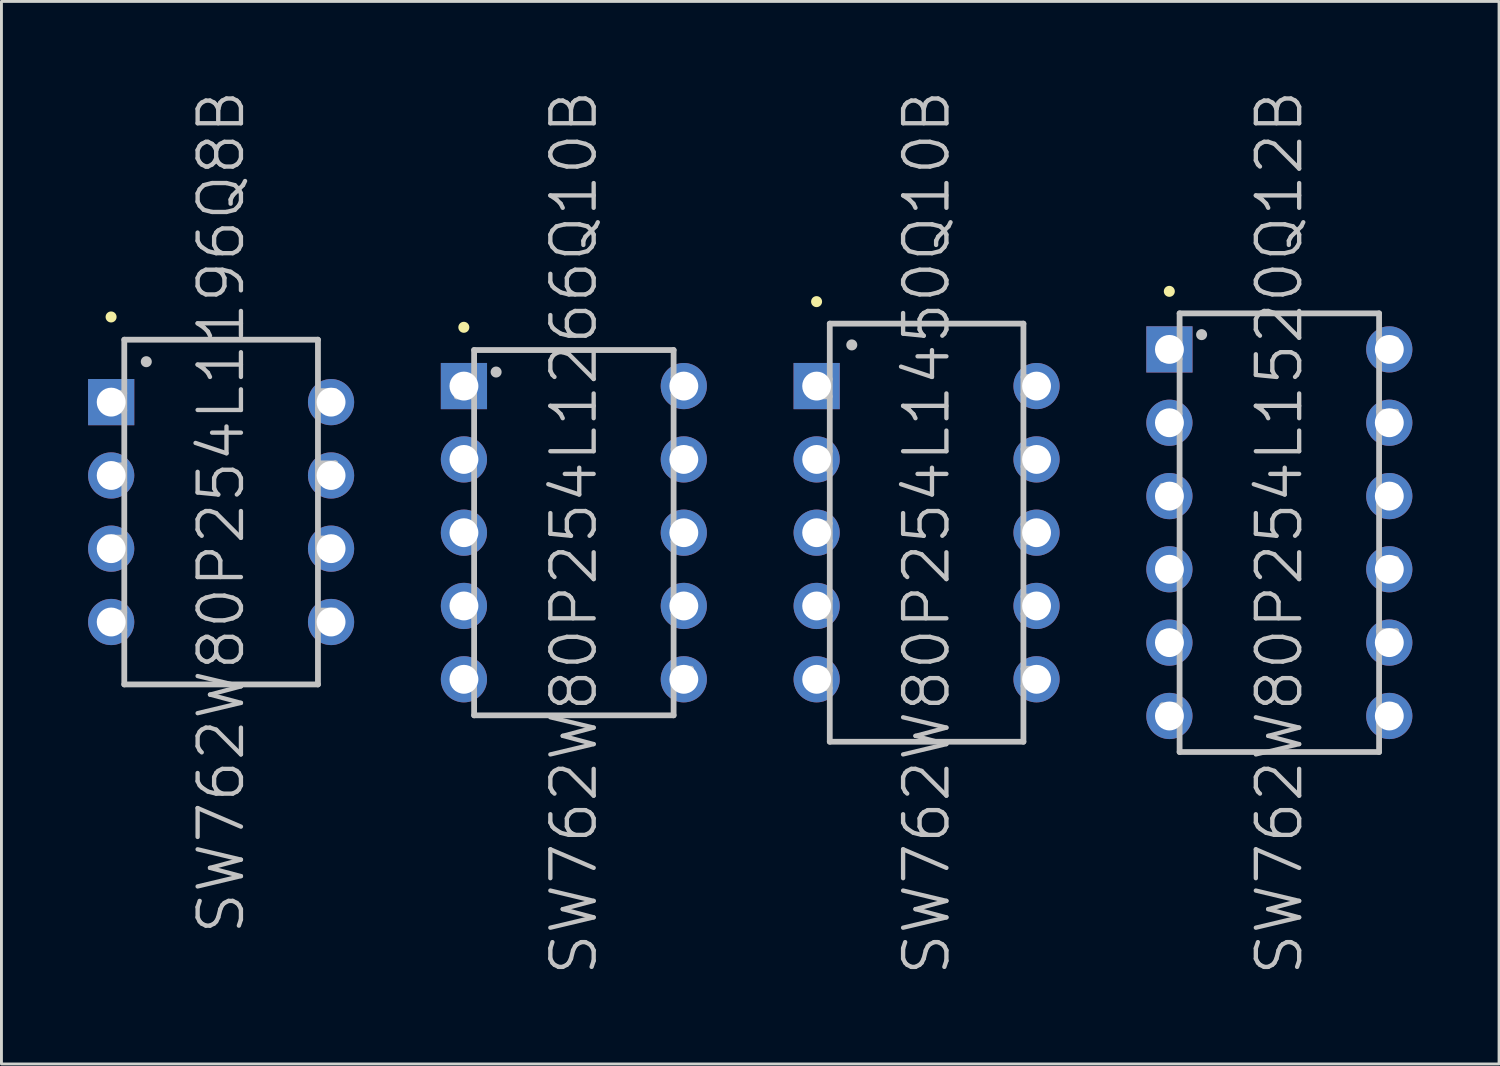
<source format=kicad_pcb>
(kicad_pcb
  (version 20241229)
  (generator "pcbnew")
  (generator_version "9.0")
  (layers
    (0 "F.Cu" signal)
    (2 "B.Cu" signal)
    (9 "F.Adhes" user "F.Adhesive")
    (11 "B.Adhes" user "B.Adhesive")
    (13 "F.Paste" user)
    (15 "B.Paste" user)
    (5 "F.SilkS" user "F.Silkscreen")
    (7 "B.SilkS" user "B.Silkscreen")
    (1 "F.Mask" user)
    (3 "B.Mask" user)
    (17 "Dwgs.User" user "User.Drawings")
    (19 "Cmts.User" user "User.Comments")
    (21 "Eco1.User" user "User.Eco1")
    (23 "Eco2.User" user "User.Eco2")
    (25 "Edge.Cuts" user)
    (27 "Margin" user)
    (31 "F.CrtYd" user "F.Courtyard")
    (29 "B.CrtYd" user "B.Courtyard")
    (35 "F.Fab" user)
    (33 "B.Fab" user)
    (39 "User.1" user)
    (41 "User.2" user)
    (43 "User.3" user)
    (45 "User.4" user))
  (footprint "SW762W80P254L1520Q12B"
    (layer "F.Cu")
    (at 41.252 15.396)
    (property "Reference" "SW762W80P254L1520Q12B" (at 0 0 90) (layer "Dwgs.User") (effects (font (size 1.5 1.5) (thickness 0.15))))
    (attr through_hole)
    (fp_line (start -3.81 -8.357) (end -3.81 -8.357) (stroke (width 0.381) (type solid)) (layer "F.SilkS"))
    (fp_line (start -4.056 -4.12) (end -4.056 -3.52) (stroke (width 0.2) (type solid)) (layer "Dwgs.User"))
    (fp_line (start -4.056 -3.52) (end -3.457 -3.52) (stroke (width 0.2) (type solid)) (layer "Dwgs.User"))
    (fp_line (start -4.056 -1.618) (end -4.056 -1.019) (stroke (width 0.2) (type solid)) (layer "Dwgs.User"))
    (fp_line (start -4.056 -1.019) (end -3.457 -1.019) (stroke (width 0.2) (type solid)) (layer "Dwgs.User"))
    (fp_line (start -4.056 3.48) (end -4.056 4.079) (stroke (width 0.2) (type solid)) (layer "Dwgs.User"))
    (fp_line (start -4.056 4.079) (end -3.457 4.079) (stroke (width 0.2) (type solid)) (layer "Dwgs.User"))
    (fp_line (start -4.056 5.982) (end -4.056 6.581) (stroke (width 0.2) (type solid)) (layer "Dwgs.User"))
    (fp_line (start -4.056 6.581) (end -3.457 6.581) (stroke (width 0.2) (type solid)) (layer "Dwgs.User"))
    (fp_line (start -4.054 -6.619) (end -4.054 -6.02) (stroke (width 0.2) (type solid)) (layer "Dwgs.User"))
    (fp_line (start -4.054 -6.02) (end -3.454 -6.02) (stroke (width 0.2) (type solid)) (layer "Dwgs.User"))
    (fp_line (start -4.054 0.98) (end -4.054 1.58) (stroke (width 0.2) (type solid)) (layer "Dwgs.User"))
    (fp_line (start -4.054 1.58) (end -3.454 1.58) (stroke (width 0.2) (type solid)) (layer "Dwgs.User"))
    (fp_line (start -3.457 -4.12) (end -4.056 -4.12) (stroke (width 0.2) (type solid)) (layer "Dwgs.User"))
    (fp_line (start -3.457 -1.618) (end -4.056 -1.618) (stroke (width 0.2) (type solid)) (layer "Dwgs.User"))
    (fp_line (start -3.457 3.48) (end -4.056 3.48) (stroke (width 0.2) (type solid)) (layer "Dwgs.User"))
    (fp_line (start -3.457 5.982) (end -4.056 5.982) (stroke (width 0.2) (type solid)) (layer "Dwgs.User"))
    (fp_line (start -3.454 -7.595) (end -3.454 7.595) (stroke (width 0.2) (type solid)) (layer "Dwgs.User"))
    (fp_line (start -3.454 -7.595) (end 3.454 -7.595) (stroke (width 0.2) (type solid)) (layer "Dwgs.User"))
    (fp_line (start -3.454 -6.619) (end -4.054 -6.619) (stroke (width 0.2) (type solid)) (layer "Dwgs.User"))
    (fp_line (start -3.454 0.98) (end -4.054 0.98) (stroke (width 0.2) (type solid)) (layer "Dwgs.User"))
    (fp_line (start -3.454 7.595) (end 3.454 7.595) (stroke (width 0.2) (type solid)) (layer "Dwgs.User"))
    (fp_line (start -2.692 -6.858) (end -2.692 -6.858) (stroke (width 0.381) (type solid)) (layer "Dwgs.User"))
    (fp_line (start 3.452 -6.086) (end 4.051 -6.086) (stroke (width 0.2) (type solid)) (layer "Dwgs.User"))
    (fp_line (start 3.452 -3.586) (end 4.051 -3.586) (stroke (width 0.2) (type solid)) (layer "Dwgs.User"))
    (fp_line (start 3.452 -0.986) (end 4.051 -0.986) (stroke (width 0.2) (type solid)) (layer "Dwgs.User"))
    (fp_line (start 3.452 1.514) (end 4.051 1.514) (stroke (width 0.2) (type solid)) (layer "Dwgs.User"))
    (fp_line (start 3.452 4.013) (end 4.051 4.013) (stroke (width 0.2) (type solid)) (layer "Dwgs.User"))
    (fp_line (start 3.452 6.614) (end 4.051 6.614) (stroke (width 0.2) (type solid)) (layer "Dwgs.User"))
    (fp_line (start 3.454 -7.595) (end 3.454 7.595) (stroke (width 0.2) (type solid)) (layer "Dwgs.User"))
    (fp_line (start 4.051 -6.685) (end 3.452 -6.685) (stroke (width 0.2) (type solid)) (layer "Dwgs.User"))
    (fp_line (start 4.051 -6.086) (end 4.051 -6.685) (stroke (width 0.2) (type solid)) (layer "Dwgs.User"))
    (fp_line (start 4.051 -4.186) (end 3.452 -4.186) (stroke (width 0.2) (type solid)) (layer "Dwgs.User"))
    (fp_line (start 4.051 -3.586) (end 4.051 -4.186) (stroke (width 0.2) (type solid)) (layer "Dwgs.User"))
    (fp_line (start 4.051 -1.585) (end 3.452 -1.585) (stroke (width 0.2) (type solid)) (layer "Dwgs.User"))
    (fp_line (start 4.051 -0.986) (end 4.051 -1.585) (stroke (width 0.2) (type solid)) (layer "Dwgs.User"))
    (fp_line (start 4.051 0.914) (end 3.452 0.914) (stroke (width 0.2) (type solid)) (layer "Dwgs.User"))
    (fp_line (start 4.051 1.514) (end 4.051 0.914) (stroke (width 0.2) (type solid)) (layer "Dwgs.User"))
    (fp_line (start 4.051 3.414) (end 3.452 3.414) (stroke (width 0.2) (type solid)) (layer "Dwgs.User"))
    (fp_line (start 4.051 4.013) (end 4.051 3.414) (stroke (width 0.2) (type solid)) (layer "Dwgs.User"))
    (fp_line (start 4.051 6.015) (end 3.452 6.015) (stroke (width 0.2) (type solid)) (layer "Dwgs.User"))
    (fp_line (start 4.051 6.614) (end 4.051 6.015) (stroke (width 0.2) (type solid)) (layer "Dwgs.User"))
    (pad "1" thru_hole rect (at -3.807 -6.347 180) (size 1.6 1.6) (drill 1) (layers "*.Cu" "*.Mask"))
    (pad "2" thru_hole circle (at -3.807 -3.807 180) (size 1.6 1.6) (drill 1) (layers "*.Cu" "*.Mask"))
    (pad "3" thru_hole circle (at -3.807 -1.267 180) (size 1.6 1.6) (drill 1) (layers "*.Cu" "*.Mask"))
    (pad "4" thru_hole circle (at -3.807 1.267 180) (size 1.6 1.6) (drill 1) (layers "*.Cu" "*.Mask"))
    (pad "5" thru_hole circle (at -3.807 3.807 180) (size 1.6 1.6) (drill 1) (layers "*.Cu" "*.Mask"))
    (pad "6" thru_hole circle (at -3.807 6.347 180) (size 1.6 1.6) (drill 1) (layers "*.Cu" "*.Mask"))
    (pad "7" thru_hole circle (at 3.807 6.347 180) (size 1.6 1.6) (drill 1) (layers "*.Cu" "*.Mask"))
    (pad "8" thru_hole circle (at 3.807 3.807 180) (size 1.6 1.6) (drill 1) (layers "*.Cu" "*.Mask"))
    (pad "9" thru_hole circle (at 3.807 1.267 180) (size 1.6 1.6) (drill 1) (layers "*.Cu" "*.Mask"))
    (pad "10" thru_hole circle (at 3.807 -1.267 180) (size 1.6 1.6) (drill 1) (layers "*.Cu" "*.Mask"))
    (pad "11" thru_hole circle (at 3.807 -3.807 180) (size 1.6 1.6) (drill 1) (layers "*.Cu" "*.Mask"))
    (pad "12" thru_hole circle (at 3.807 -6.347 180) (size 1.6 1.6) (drill 1) (layers "*.Cu" "*.Mask")))
  (footprint "SW762W80P254L1196Q8B"
    (layer "F.Cu")
    (at 4.607 14.682)
    (property "Reference" "SW762W80P254L1196Q8B" (at 0 0 90) (layer "Dwgs.User") (effects (font (size 1.5 1.5) (thickness 0.15))))
    (attr through_hole)
    (fp_line (start -3.81 -6.756) (end -3.81 -6.756) (stroke (width 0.381) (type solid)) (layer "F.SilkS"))
    (fp_line (start -3.955 -1.618) (end -3.955 -1.019) (stroke (width 0.2) (type solid)) (layer "Dwgs.User"))
    (fp_line (start -3.955 -1.019) (end -3.355 -1.019) (stroke (width 0.2) (type solid)) (layer "Dwgs.User"))
    (fp_line (start -3.955 0.884) (end -3.955 1.483) (stroke (width 0.2) (type solid)) (layer "Dwgs.User"))
    (fp_line (start -3.955 1.483) (end -3.355 1.483) (stroke (width 0.2) (type solid)) (layer "Dwgs.User"))
    (fp_line (start -3.952 -4.117) (end -3.952 -3.518) (stroke (width 0.2) (type solid)) (layer "Dwgs.User"))
    (fp_line (start -3.952 -3.518) (end -3.353 -3.518) (stroke (width 0.2) (type solid)) (layer "Dwgs.User"))
    (fp_line (start -3.952 3.482) (end -3.952 4.082) (stroke (width 0.2) (type solid)) (layer "Dwgs.User"))
    (fp_line (start -3.952 4.082) (end -3.353 4.082) (stroke (width 0.2) (type solid)) (layer "Dwgs.User"))
    (fp_line (start -3.355 -1.618) (end -3.955 -1.618) (stroke (width 0.2) (type solid)) (layer "Dwgs.User"))
    (fp_line (start -3.355 0.884) (end -3.955 0.884) (stroke (width 0.2) (type solid)) (layer "Dwgs.User"))
    (fp_line (start -3.353 -5.969) (end -3.353 5.969) (stroke (width 0.2) (type solid)) (layer "Dwgs.User"))
    (fp_line (start -3.353 -5.969) (end 3.353 -5.969) (stroke (width 0.2) (type solid)) (layer "Dwgs.User"))
    (fp_line (start -3.353 -4.117) (end -3.952 -4.117) (stroke (width 0.2) (type solid)) (layer "Dwgs.User"))
    (fp_line (start -3.353 3.482) (end -3.952 3.482) (stroke (width 0.2) (type solid)) (layer "Dwgs.User"))
    (fp_line (start -3.353 5.969) (end 3.353 5.969) (stroke (width 0.2) (type solid)) (layer "Dwgs.User"))
    (fp_line (start -2.591 -5.207) (end -2.591 -5.207) (stroke (width 0.381) (type solid)) (layer "Dwgs.User"))
    (fp_line (start 3.353 -5.969) (end 3.353 5.969) (stroke (width 0.2) (type solid)) (layer "Dwgs.User"))
    (fp_line (start 3.353 -3.586) (end 3.952 -3.586) (stroke (width 0.2) (type solid)) (layer "Dwgs.User"))
    (fp_line (start 3.353 -1.087) (end 3.952 -1.087) (stroke (width 0.2) (type solid)) (layer "Dwgs.User"))
    (fp_line (start 3.353 1.514) (end 3.952 1.514) (stroke (width 0.2) (type solid)) (layer "Dwgs.User"))
    (fp_line (start 3.353 4.013) (end 3.952 4.013) (stroke (width 0.2) (type solid)) (layer "Dwgs.User"))
    (fp_line (start 3.952 -4.186) (end 3.353 -4.186) (stroke (width 0.2) (type solid)) (layer "Dwgs.User"))
    (fp_line (start 3.952 -3.586) (end 3.952 -4.186) (stroke (width 0.2) (type solid)) (layer "Dwgs.User"))
    (fp_line (start 3.952 -1.687) (end 3.353 -1.687) (stroke (width 0.2) (type solid)) (layer "Dwgs.User"))
    (fp_line (start 3.952 -1.087) (end 3.952 -1.687) (stroke (width 0.2) (type solid)) (layer "Dwgs.User"))
    (fp_line (start 3.952 0.914) (end 3.353 0.914) (stroke (width 0.2) (type solid)) (layer "Dwgs.User"))
    (fp_line (start 3.952 1.514) (end 3.952 0.914) (stroke (width 0.2) (type solid)) (layer "Dwgs.User"))
    (fp_line (start 3.952 3.414) (end 3.353 3.414) (stroke (width 0.2) (type solid)) (layer "Dwgs.User"))
    (fp_line (start 3.952 4.013) (end 3.952 3.414) (stroke (width 0.2) (type solid)) (layer "Dwgs.User"))
    (pad "1" thru_hole rect (at -3.807 -3.807 180) (size 1.6 1.6) (drill 1) (layers "*.Cu" "*.Mask"))
    (pad "2" thru_hole circle (at -3.807 -1.267 180) (size 1.6 1.6) (drill 1) (layers "*.Cu" "*.Mask"))
    (pad "3" thru_hole circle (at -3.807 1.267 180) (size 1.6 1.6) (drill 1) (layers "*.Cu" "*.Mask"))
    (pad "4" thru_hole circle (at -3.807 3.807 180) (size 1.6 1.6) (drill 1) (layers "*.Cu" "*.Mask"))
    (pad "5" thru_hole circle (at 3.807 3.807 180) (size 1.6 1.6) (drill 1) (layers "*.Cu" "*.Mask"))
    (pad "6" thru_hole circle (at 3.807 1.267 180) (size 1.6 1.6) (drill 1) (layers "*.Cu" "*.Mask"))
    (pad "7" thru_hole circle (at 3.807 -1.267 180) (size 1.6 1.6) (drill 1) (layers "*.Cu" "*.Mask"))
    (pad "8" thru_hole circle (at 3.807 -3.807 180) (size 1.6 1.6) (drill 1) (layers "*.Cu" "*.Mask")))
  (footprint "SW762W80P254L1450Q10B"
    (layer "F.Cu")
    (at 29.037 15.396)
    (property "Reference" "SW762W80P254L1450Q10B" (at 0 0 90) (layer "Dwgs.User") (effects (font (size 1.5 1.5) (thickness 0.15))))
    (attr through_hole)
    (fp_line (start -3.81 -8.001) (end -3.81 -8.001) (stroke (width 0.381) (type solid)) (layer "F.SilkS"))
    (fp_line (start -3.955 -2.819) (end -3.955 -2.22) (stroke (width 0.2) (type solid)) (layer "Dwgs.User"))
    (fp_line (start -3.955 -2.22) (end -3.355 -2.22) (stroke (width 0.2) (type solid)) (layer "Dwgs.User"))
    (fp_line (start -3.955 -0.318) (end -3.955 0.282) (stroke (width 0.2) (type solid)) (layer "Dwgs.User"))
    (fp_line (start -3.955 0.282) (end -3.355 0.282) (stroke (width 0.2) (type solid)) (layer "Dwgs.User"))
    (fp_line (start -3.955 4.78) (end -3.955 5.38) (stroke (width 0.2) (type solid)) (layer "Dwgs.User"))
    (fp_line (start -3.955 5.38) (end -3.355 5.38) (stroke (width 0.2) (type solid)) (layer "Dwgs.User"))
    (fp_line (start -3.952 -5.319) (end -3.952 -4.719) (stroke (width 0.2) (type solid)) (layer "Dwgs.User"))
    (fp_line (start -3.952 -4.719) (end -3.353 -4.719) (stroke (width 0.2) (type solid)) (layer "Dwgs.User"))
    (fp_line (start -3.952 2.281) (end -3.952 2.88) (stroke (width 0.2) (type solid)) (layer "Dwgs.User"))
    (fp_line (start -3.952 2.88) (end -3.353 2.88) (stroke (width 0.2) (type solid)) (layer "Dwgs.User"))
    (fp_line (start -3.355 -2.819) (end -3.955 -2.819) (stroke (width 0.2) (type solid)) (layer "Dwgs.User"))
    (fp_line (start -3.355 -0.318) (end -3.955 -0.318) (stroke (width 0.2) (type solid)) (layer "Dwgs.User"))
    (fp_line (start -3.355 4.78) (end -3.955 4.78) (stroke (width 0.2) (type solid)) (layer "Dwgs.User"))
    (fp_line (start -3.353 -7.239) (end -3.353 7.239) (stroke (width 0.2) (type solid)) (layer "Dwgs.User"))
    (fp_line (start -3.353 -7.239) (end 3.353 -7.239) (stroke (width 0.2) (type solid)) (layer "Dwgs.User"))
    (fp_line (start -3.353 -5.319) (end -3.952 -5.319) (stroke (width 0.2) (type solid)) (layer "Dwgs.User"))
    (fp_line (start -3.353 2.281) (end -3.952 2.281) (stroke (width 0.2) (type solid)) (layer "Dwgs.User"))
    (fp_line (start -3.353 7.239) (end 3.353 7.239) (stroke (width 0.2) (type solid)) (layer "Dwgs.User"))
    (fp_line (start -2.591 -6.502) (end -2.591 -6.502) (stroke (width 0.381) (type solid)) (layer "Dwgs.User"))
    (fp_line (start 3.353 -7.239) (end 3.353 7.239) (stroke (width 0.2) (type solid)) (layer "Dwgs.User"))
    (fp_line (start 3.353 -4.788) (end 3.952 -4.788) (stroke (width 0.2) (type solid)) (layer "Dwgs.User"))
    (fp_line (start 3.353 -2.289) (end 3.952 -2.289) (stroke (width 0.2) (type solid)) (layer "Dwgs.User"))
    (fp_line (start 3.353 0.312) (end 3.952 0.312) (stroke (width 0.2) (type solid)) (layer "Dwgs.User"))
    (fp_line (start 3.353 2.812) (end 3.952 2.812) (stroke (width 0.2) (type solid)) (layer "Dwgs.User"))
    (fp_line (start 3.353 5.311) (end 3.952 5.311) (stroke (width 0.2) (type solid)) (layer "Dwgs.User"))
    (fp_line (start 3.952 -5.387) (end 3.353 -5.387) (stroke (width 0.2) (type solid)) (layer "Dwgs.User"))
    (fp_line (start 3.952 -4.788) (end 3.952 -5.387) (stroke (width 0.2) (type solid)) (layer "Dwgs.User"))
    (fp_line (start 3.952 -2.888) (end 3.353 -2.888) (stroke (width 0.2) (type solid)) (layer "Dwgs.User"))
    (fp_line (start 3.952 -2.289) (end 3.952 -2.888) (stroke (width 0.2) (type solid)) (layer "Dwgs.User"))
    (fp_line (start 3.952 -0.287) (end 3.353 -0.287) (stroke (width 0.2) (type solid)) (layer "Dwgs.User"))
    (fp_line (start 3.952 0.312) (end 3.952 -0.287) (stroke (width 0.2) (type solid)) (layer "Dwgs.User"))
    (fp_line (start 3.952 2.212) (end 3.353 2.212) (stroke (width 0.2) (type solid)) (layer "Dwgs.User"))
    (fp_line (start 3.952 2.812) (end 3.952 2.212) (stroke (width 0.2) (type solid)) (layer "Dwgs.User"))
    (fp_line (start 3.952 4.712) (end 3.353 4.712) (stroke (width 0.2) (type solid)) (layer "Dwgs.User"))
    (fp_line (start 3.952 5.311) (end 3.952 4.712) (stroke (width 0.2) (type solid)) (layer "Dwgs.User"))
    (pad "1" thru_hole rect (at -3.807 -5.077 180) (size 1.6 1.6) (drill 1) (layers "*.Cu" "*.Mask"))
    (pad "2" thru_hole circle (at -3.807 -2.537 180) (size 1.6 1.6) (drill 1) (layers "*.Cu" "*.Mask"))
    (pad "3" thru_hole circle (at -3.807 0 180) (size 1.6 1.6) (drill 1) (layers "*.Cu" "*.Mask"))
    (pad "4" thru_hole circle (at -3.807 2.537 180) (size 1.6 1.6) (drill 1) (layers "*.Cu" "*.Mask"))
    (pad "5" thru_hole circle (at -3.807 5.077 180) (size 1.6 1.6) (drill 1) (layers "*.Cu" "*.Mask"))
    (pad "6" thru_hole circle (at 3.807 5.077 180) (size 1.6 1.6) (drill 1) (layers "*.Cu" "*.Mask"))
    (pad "7" thru_hole circle (at 3.807 2.537 180) (size 1.6 1.6) (drill 1) (layers "*.Cu" "*.Mask"))
    (pad "8" thru_hole circle (at 3.807 0 180) (size 1.6 1.6) (drill 1) (layers "*.Cu" "*.Mask"))
    (pad "9" thru_hole circle (at 3.807 -2.537 180) (size 1.6 1.6) (drill 1) (layers "*.Cu" "*.Mask"))
    (pad "10" thru_hole circle (at 3.807 -5.077 180) (size 1.6 1.6) (drill 1) (layers "*.Cu" "*.Mask")))
  (footprint "SW762W80P254L1266Q10B"
    (layer "F.Cu")
    (at 16.822 15.396)
    (property "Reference" "SW762W80P254L1266Q10B" (at 0 0 90) (layer "Dwgs.User") (effects (font (size 1.5 1.5) (thickness 0.15))))
    (attr through_hole)
    (fp_line (start -3.81 -7.112) (end -3.81 -7.112) (stroke (width 0.381) (type solid)) (layer "F.SilkS"))
    (fp_line (start -4.056 -2.819) (end -4.056 -2.22) (stroke (width 0.2) (type solid)) (layer "Dwgs.User"))
    (fp_line (start -4.056 -2.22) (end -3.457 -2.22) (stroke (width 0.2) (type solid)) (layer "Dwgs.User"))
    (fp_line (start -4.056 -0.318) (end -4.056 0.282) (stroke (width 0.2) (type solid)) (layer "Dwgs.User"))
    (fp_line (start -4.056 0.282) (end -3.457 0.282) (stroke (width 0.2) (type solid)) (layer "Dwgs.User"))
    (fp_line (start -4.056 4.78) (end -4.056 5.38) (stroke (width 0.2) (type solid)) (layer "Dwgs.User"))
    (fp_line (start -4.056 5.38) (end -3.457 5.38) (stroke (width 0.2) (type solid)) (layer "Dwgs.User"))
    (fp_line (start -4.054 -5.319) (end -4.054 -4.719) (stroke (width 0.2) (type solid)) (layer "Dwgs.User"))
    (fp_line (start -4.054 -4.719) (end -3.454 -4.719) (stroke (width 0.2) (type solid)) (layer "Dwgs.User"))
    (fp_line (start -4.054 2.281) (end -4.054 2.88) (stroke (width 0.2) (type solid)) (layer "Dwgs.User"))
    (fp_line (start -4.054 2.88) (end -3.454 2.88) (stroke (width 0.2) (type solid)) (layer "Dwgs.User"))
    (fp_line (start -3.457 -2.819) (end -4.056 -2.819) (stroke (width 0.2) (type solid)) (layer "Dwgs.User"))
    (fp_line (start -3.457 -0.318) (end -4.056 -0.318) (stroke (width 0.2) (type solid)) (layer "Dwgs.User"))
    (fp_line (start -3.457 4.78) (end -4.056 4.78) (stroke (width 0.2) (type solid)) (layer "Dwgs.User"))
    (fp_line (start -3.454 -6.325) (end -3.454 6.325) (stroke (width 0.2) (type solid)) (layer "Dwgs.User"))
    (fp_line (start -3.454 -6.325) (end 3.454 -6.325) (stroke (width 0.2) (type solid)) (layer "Dwgs.User"))
    (fp_line (start -3.454 -5.319) (end -4.054 -5.319) (stroke (width 0.2) (type solid)) (layer "Dwgs.User"))
    (fp_line (start -3.454 2.281) (end -4.054 2.281) (stroke (width 0.2) (type solid)) (layer "Dwgs.User"))
    (fp_line (start -3.454 6.325) (end 3.454 6.325) (stroke (width 0.2) (type solid)) (layer "Dwgs.User"))
    (fp_line (start -2.692 -5.563) (end -2.692 -5.563) (stroke (width 0.381) (type solid)) (layer "Dwgs.User"))
    (fp_line (start 3.452 -4.788) (end 4.051 -4.788) (stroke (width 0.2) (type solid)) (layer "Dwgs.User"))
    (fp_line (start 3.452 -2.289) (end 4.051 -2.289) (stroke (width 0.2) (type solid)) (layer "Dwgs.User"))
    (fp_line (start 3.452 0.312) (end 4.051 0.312) (stroke (width 0.2) (type solid)) (layer "Dwgs.User"))
    (fp_line (start 3.452 2.812) (end 4.051 2.812) (stroke (width 0.2) (type solid)) (layer "Dwgs.User"))
    (fp_line (start 3.452 5.311) (end 4.051 5.311) (stroke (width 0.2) (type solid)) (layer "Dwgs.User"))
    (fp_line (start 3.454 -6.325) (end 3.454 6.325) (stroke (width 0.2) (type solid)) (layer "Dwgs.User"))
    (fp_line (start 4.051 -5.387) (end 3.452 -5.387) (stroke (width 0.2) (type solid)) (layer "Dwgs.User"))
    (fp_line (start 4.051 -4.788) (end 4.051 -5.387) (stroke (width 0.2) (type solid)) (layer "Dwgs.User"))
    (fp_line (start 4.051 -2.888) (end 3.452 -2.888) (stroke (width 0.2) (type solid)) (layer "Dwgs.User"))
    (fp_line (start 4.051 -2.289) (end 4.051 -2.888) (stroke (width 0.2) (type solid)) (layer "Dwgs.User"))
    (fp_line (start 4.051 -0.287) (end 3.452 -0.287) (stroke (width 0.2) (type solid)) (layer "Dwgs.User"))
    (fp_line (start 4.051 0.312) (end 4.051 -0.287) (stroke (width 0.2) (type solid)) (layer "Dwgs.User"))
    (fp_line (start 4.051 2.212) (end 3.452 2.212) (stroke (width 0.2) (type solid)) (layer "Dwgs.User"))
    (fp_line (start 4.051 2.812) (end 4.051 2.212) (stroke (width 0.2) (type solid)) (layer "Dwgs.User"))
    (fp_line (start 4.051 4.712) (end 3.452 4.712) (stroke (width 0.2) (type solid)) (layer "Dwgs.User"))
    (fp_line (start 4.051 5.311) (end 4.051 4.712) (stroke (width 0.2) (type solid)) (layer "Dwgs.User"))
    (pad "1" thru_hole rect (at -3.807 -5.077 180) (size 1.6 1.6) (drill 1) (layers "*.Cu" "*.Mask"))
    (pad "2" thru_hole circle (at -3.807 -2.537 180) (size 1.6 1.6) (drill 1) (layers "*.Cu" "*.Mask"))
    (pad "3" thru_hole circle (at -3.807 0 180) (size 1.6 1.6) (drill 1) (layers "*.Cu" "*.Mask"))
    (pad "4" thru_hole circle (at -3.807 2.537 180) (size 1.6 1.6) (drill 1) (layers "*.Cu" "*.Mask"))
    (pad "5" thru_hole circle (at -3.807 5.077 180) (size 1.6 1.6) (drill 1) (layers "*.Cu" "*.Mask"))
    (pad "6" thru_hole circle (at 3.807 5.077 180) (size 1.6 1.6) (drill 1) (layers "*.Cu" "*.Mask"))
    (pad "7" thru_hole circle (at 3.807 2.537 180) (size 1.6 1.6) (drill 1) (layers "*.Cu" "*.Mask"))
    (pad "8" thru_hole circle (at 3.807 0 180) (size 1.6 1.6) (drill 1) (layers "*.Cu" "*.Mask"))
    (pad "9" thru_hole circle (at 3.807 -2.537 180) (size 1.6 1.6) (drill 1) (layers "*.Cu" "*.Mask"))
    (pad "10" thru_hole circle (at 3.807 -5.077 180) (size 1.6 1.6) (drill 1) (layers "*.Cu" "*.Mask")))
  (gr_rect
    (start -3 -3)
    (end 48.86 33.793)
    (stroke (width 0.1) (type default))
    (fill no)
    (layer "Edge.Cuts")))
</source>
